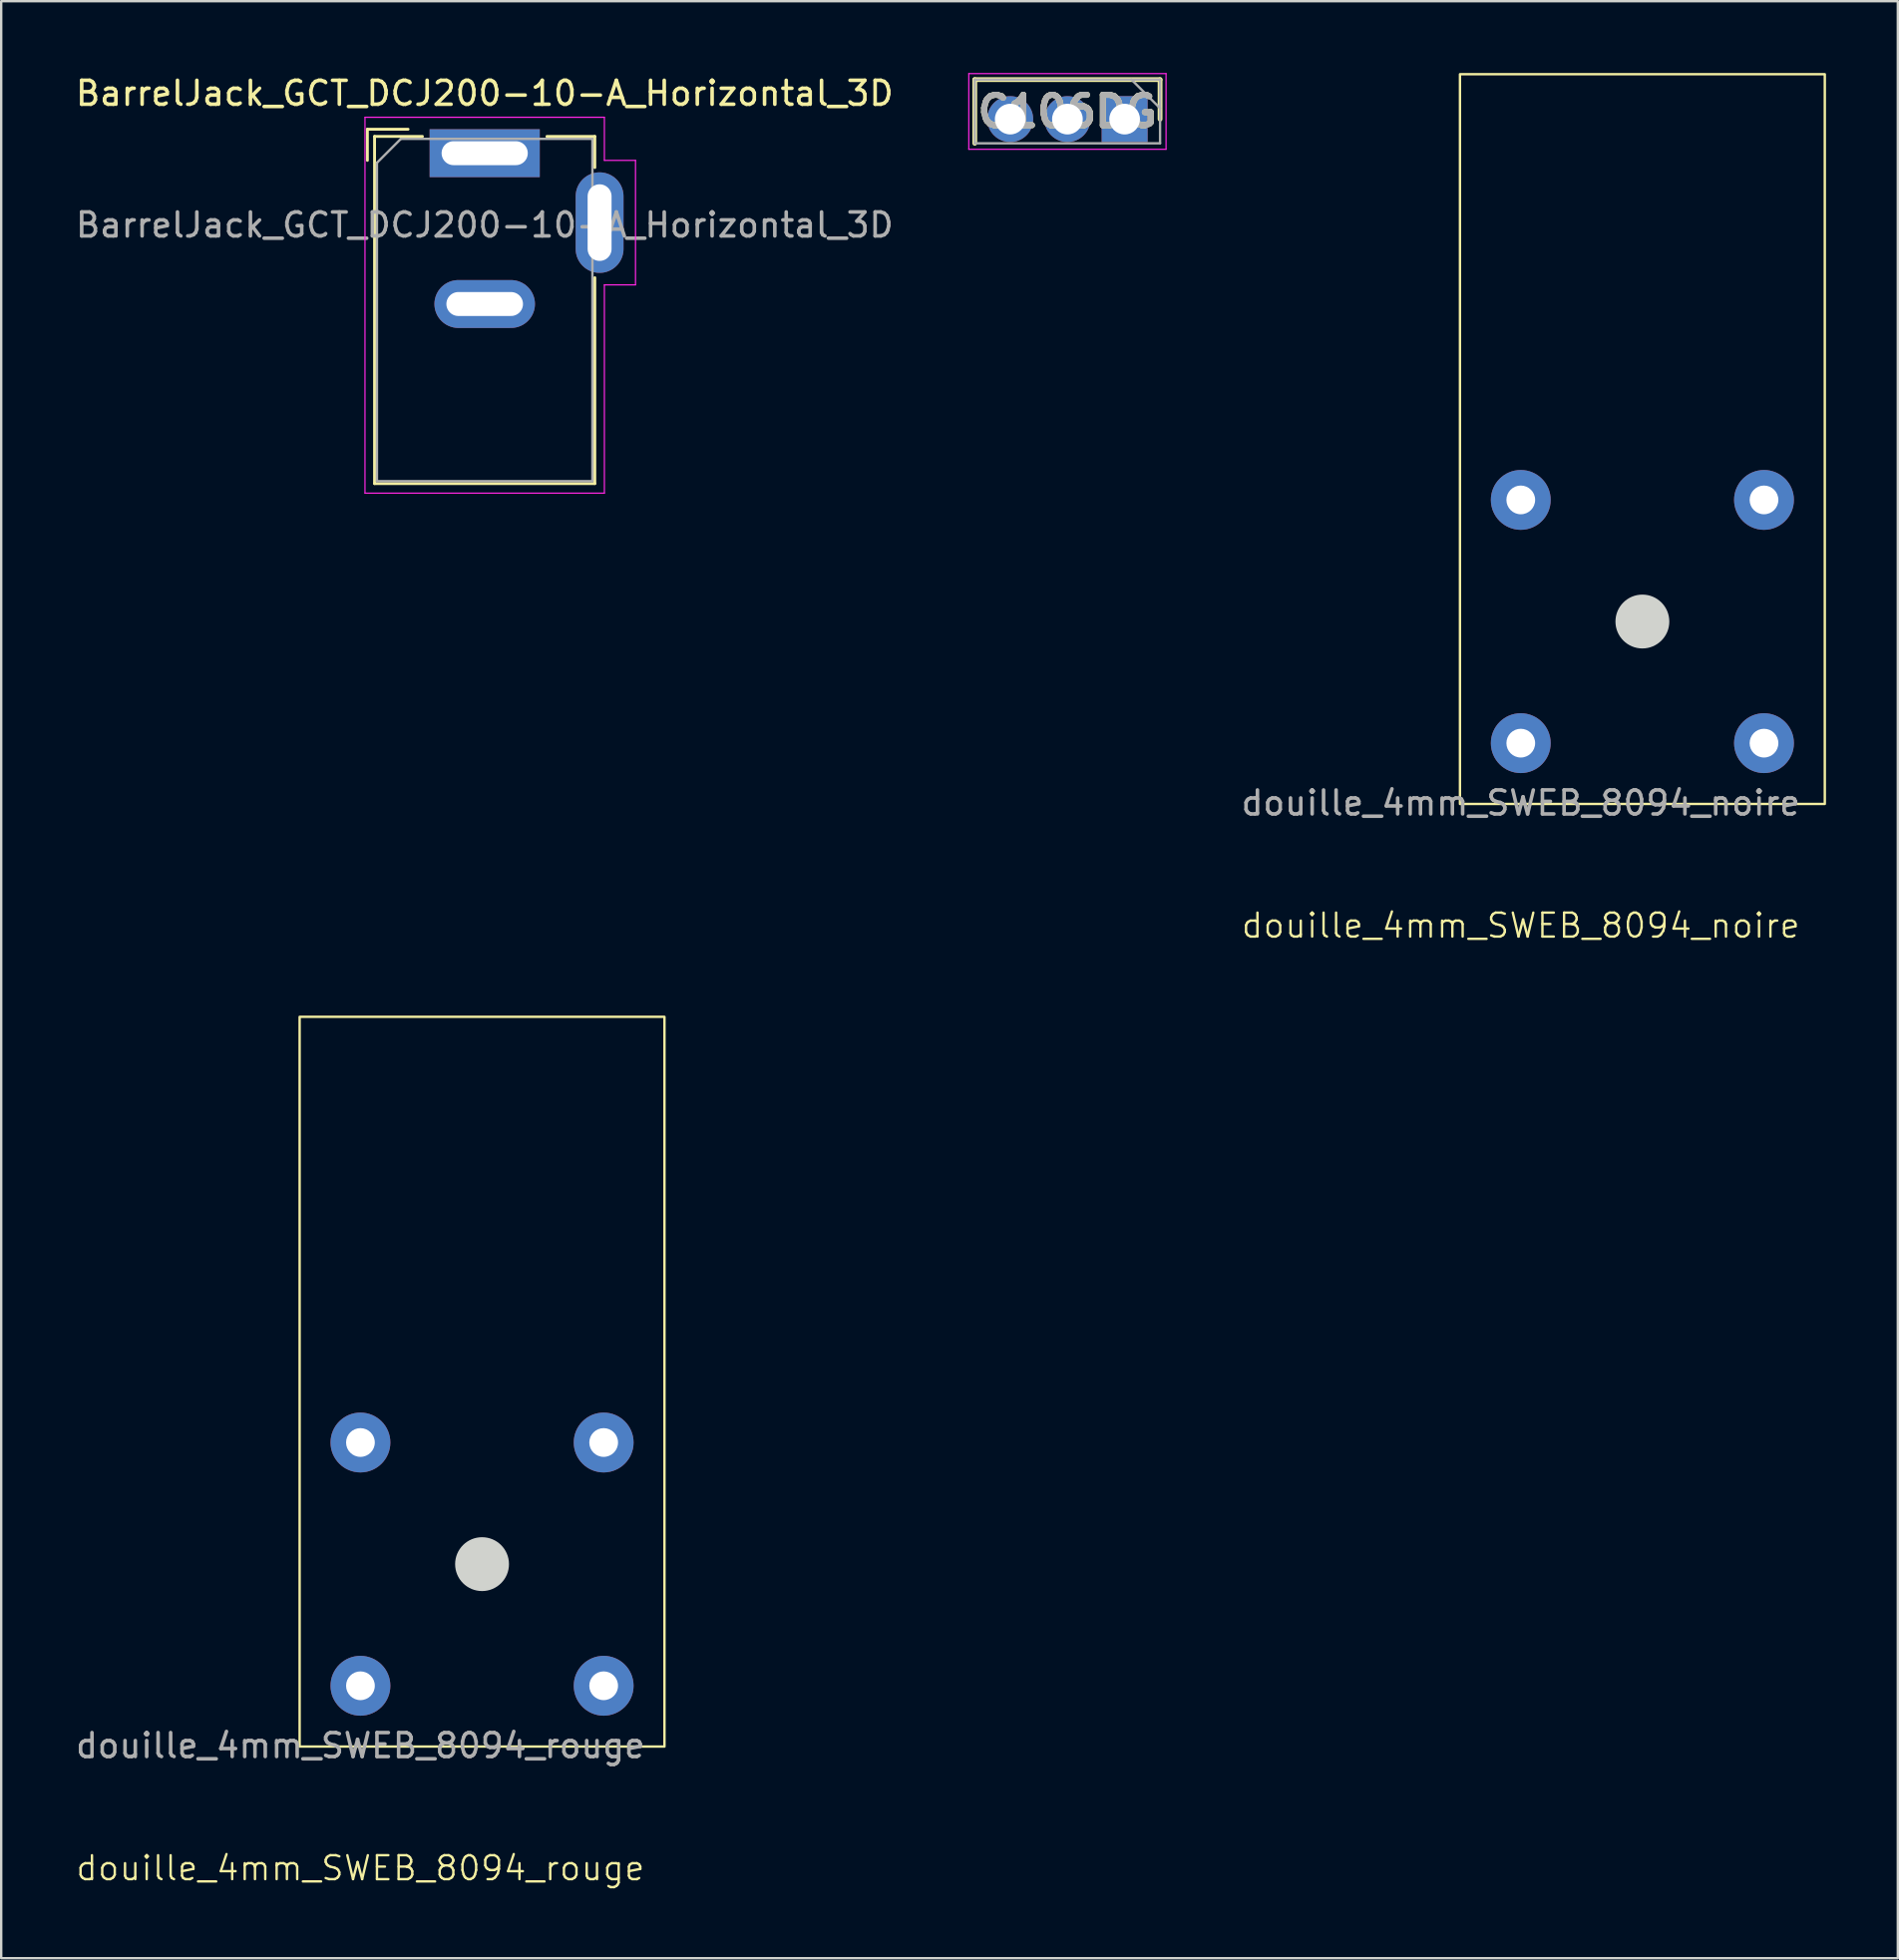
<source format=kicad_pcb>
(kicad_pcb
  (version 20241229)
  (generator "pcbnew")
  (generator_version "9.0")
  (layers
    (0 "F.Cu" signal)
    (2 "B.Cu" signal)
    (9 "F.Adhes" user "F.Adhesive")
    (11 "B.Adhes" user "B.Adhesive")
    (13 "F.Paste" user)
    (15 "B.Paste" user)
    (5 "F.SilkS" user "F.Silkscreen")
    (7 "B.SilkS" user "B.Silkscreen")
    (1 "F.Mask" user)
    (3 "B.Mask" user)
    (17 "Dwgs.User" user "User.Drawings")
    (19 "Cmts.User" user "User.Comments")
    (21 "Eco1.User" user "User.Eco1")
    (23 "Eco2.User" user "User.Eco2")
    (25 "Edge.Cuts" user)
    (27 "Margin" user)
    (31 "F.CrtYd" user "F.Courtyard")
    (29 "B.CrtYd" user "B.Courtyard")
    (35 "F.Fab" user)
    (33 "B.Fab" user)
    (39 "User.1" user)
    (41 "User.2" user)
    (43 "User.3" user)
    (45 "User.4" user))
  (footprint "douille_4mm_SWEB_8094_rouge"
    (layer "F.Cu")
    (at 12.006 67.361)
    (property "Reference" "douille_4mm_SWEB_8094_rouge" (at 0 7.62 0) (unlocked yes) (layer "F.SilkS") (effects (font (size 1 1) (thickness 0.1))))
    (attr through_hole)
    (fp_rect (start 12.7 2.54) (end -2.54 -27.94) (stroke (width 0.1) (type default)) (fill no) (layer "F.SilkS"))
    (fp_circle (center 5.08 -5.08) (end 6.18 -5.08) (stroke (width 0.05) (type solid)) (fill yes) (layer "Edge.Cuts"))
    (fp_text user "${REFERENCE}" (at 0 2.5 0) (unlocked yes) (layer "F.Fab") (effects (font (size 1 1) (thickness 0.15))))
    (pad "1" thru_hole circle (at 0 -10.16) (size 2.5 2.5) (drill 1.2) (layers "*.Cu" "*.Mask"))
    (pad "2" thru_hole circle (at 10.16 -10.16) (size 2.5 2.5) (drill 1.2) (layers "*.Cu" "*.Mask"))
    (pad "3" thru_hole circle (at 10.16 0) (size 2.5 2.5) (drill 1.2) (layers "*.Cu" "*.Mask"))
    (pad "4" thru_hole circle (at 0 0) (size 2.5 2.5) (drill 1.2) (layers "*.Cu" "*.Mask")))
  (footprint "BarrelJack_GCT_DCJ200-10-A_Horizontal_3D"
    (layer "F.Cu")
    (at 17.196 3.348)
    (property "Reference" "BarrelJack_GCT_DCJ200-10-A_Horizontal_3D" (at 0 -2.5 0) (layer "F.SilkS") (effects (font (size 1 1) (thickness 0.15))))
    (attr through_hole)
    (fp_line (start -4.9 -1) (end -4.9 0.3) (stroke (width 0.12) (type solid)) (layer "F.SilkS"))
    (fp_line (start -4.6 -0.7) (end -2.6 -0.7) (stroke (width 0.12) (type solid)) (layer "F.SilkS"))
    (fp_line (start -4.6 13.8) (end -4.6 -0.7) (stroke (width 0.12) (type solid)) (layer "F.SilkS"))
    (fp_line (start -3.2 -1) (end -4.9 -1) (stroke (width 0.12) (type solid)) (layer "F.SilkS"))
    (fp_line (start 2.6 -0.7) (end 4.6 -0.7) (stroke (width 0.12) (type solid)) (layer "F.SilkS"))
    (fp_line (start 4.6 -0.7) (end 4.6 0.6) (stroke (width 0.12) (type solid)) (layer "F.SilkS"))
    (fp_line (start 4.6 5.2) (end 4.6 13.8) (stroke (width 0.12) (type solid)) (layer "F.SilkS"))
    (fp_line (start 4.6 13.8) (end -4.6 13.8) (stroke (width 0.12) (type solid)) (layer "F.SilkS"))
    (fp_line (start -5 -1.5) (end -5 14.2) (stroke (width 0.05) (type solid)) (layer "F.CrtYd"))
    (fp_line (start -5 14.2) (end 5 14.2) (stroke (width 0.05) (type solid)) (layer "F.CrtYd"))
    (fp_line (start 5 -1.5) (end -5 -1.5) (stroke (width 0.05) (type solid)) (layer "F.CrtYd"))
    (fp_line (start 5 0.3) (end 5 -1.5) (stroke (width 0.05) (type solid)) (layer "F.CrtYd"))
    (fp_line (start 5 14.2) (end 5 5.5) (stroke (width 0.05) (type solid)) (layer "F.CrtYd"))
    (fp_line (start 6.3 0.3) (end 5 0.3) (stroke (width 0.05) (type solid)) (layer "F.CrtYd"))
    (fp_line (start 6.3 0.3) (end 6.3 5.5) (stroke (width 0.05) (type solid)) (layer "F.CrtYd"))
    (fp_line (start 6.3 5.5) (end 5 5.5) (stroke (width 0.05) (type solid)) (layer "F.CrtYd"))
    (fp_line (start -4.5 0.4) (end -3.5 -0.6) (stroke (width 0.1) (type solid)) (layer "F.Fab"))
    (fp_line (start -4.5 13.7) (end -4.5 0.4) (stroke (width 0.1) (type solid)) (layer "F.Fab"))
    (fp_line (start 4.5 -0.6) (end -3.5 -0.6) (stroke (width 0.1) (type solid)) (layer "F.Fab"))
    (fp_line (start 4.5 -0.6) (end 4.5 13.7) (stroke (width 0.1) (type solid)) (layer "F.Fab"))
    (fp_line (start 4.5 13.7) (end -4.5 13.7) (stroke (width 0.1) (type solid)) (layer "F.Fab"))
    (fp_text user "${REFERENCE}" (at 0 3 0) (layer "F.Fab") (effects (font (size 1 1) (thickness 0.15))))
    (pad "1" thru_hole rect (at 0 0) (size 4.6 2) (drill oval 3.6 1) (layers "*.Cu" "*.Mask"))
    (pad "2" thru_hole oval (at 0 6.3) (size 4.2 2) (drill oval 3.2 1) (layers "*.Cu" "*.Mask"))
    (pad "3" thru_hole oval (at 4.8 2.9) (size 2 4.2) (drill oval 1 3.2) (layers "*.Cu" "*.Mask")))
  (footprint "C106DG"
    (layer "F.Cu")
    (at 43.928 1.925)
    (property "Reference" "C106DG" (at -2.39 -0.32 0) (layer "F.SilkS") (effects (font (size 1.27 1.27) (thickness 0.254))))
    (attr through_hole)
    (fp_line (start -6.26 -1.65) (end 1.48 -1.65) (stroke (width 0.2) (type solid)) (layer "F.SilkS"))
    (fp_line (start -6.26 1.01) (end -6.26 -1.65) (stroke (width 0.2) (type solid)) (layer "F.SilkS"))
    (fp_line (start 1.48 -1.65) (end 1.48 0) (stroke (width 0.2) (type solid)) (layer "F.SilkS"))
    (fp_line (start -6.51 -1.9) (end -6.51 1.26) (stroke (width 0.05) (type solid)) (layer "F.CrtYd"))
    (fp_line (start -6.51 1.26) (end 1.73 1.26) (stroke (width 0.05) (type solid)) (layer "F.CrtYd"))
    (fp_line (start 1.73 -1.9) (end -6.51 -1.9) (stroke (width 0.05) (type solid)) (layer "F.CrtYd"))
    (fp_line (start 1.73 1.26) (end 1.73 -1.9) (stroke (width 0.05) (type solid)) (layer "F.CrtYd"))
    (fp_line (start -6.26 -1.65) (end -6.26 1.01) (stroke (width 0.1) (type solid)) (layer "F.Fab"))
    (fp_line (start -6.26 1.01) (end 1.48 1.01) (stroke (width 0.1) (type solid)) (layer "F.Fab"))
    (fp_line (start 1.48 -1.65) (end -6.26 -1.65) (stroke (width 0.1) (type solid)) (layer "F.Fab"))
    (fp_line (start 1.48 -0.455) (end 0.285 -1.65) (stroke (width 0.1) (type solid)) (layer "F.Fab"))
    (fp_line (start 1.48 1.01) (end 1.48 -1.65) (stroke (width 0.1) (type solid)) (layer "F.Fab"))
    (fp_text user "${REFERENCE}" (at -2.39 -0.32 0) (layer "F.Fab") (effects (font (size 1.27 1.27) (thickness 0.254))))
    (pad "1" thru_hole rect (at 0 0) (size 1.92 1.92) (drill 1.28) (layers "*.Cu" "*.Mask"))
    (pad "2" thru_hole circle (at -2.39 0) (size 1.92 1.92) (drill 1.28) (layers "*.Cu" "*.Mask"))
    (pad "3" thru_hole circle (at -4.78 0) (size 1.92 1.92) (drill 1.28) (layers "*.Cu" "*.Mask")))
  (footprint "douille_4mm_SWEB_8094_noire"
    (layer "F.Cu")
    (at 60.475 27.99)
    (property "Reference" "douille_4mm_SWEB_8094_noire" (at 0 7.62 0) (unlocked yes) (layer "F.SilkS") (effects (font (size 1 1) (thickness 0.1))))
    (attr through_hole)
    (fp_rect (start 12.7 2.54) (end -2.54 -27.94) (stroke (width 0.1) (type default)) (fill no) (layer "F.SilkS"))
    (fp_circle (center 5.08 -5.08) (end 6.18 -5.08) (stroke (width 0.05) (type solid)) (fill yes) (layer "Edge.Cuts"))
    (fp_text user "${REFERENCE}" (at 0 2.5 0) (unlocked yes) (layer "F.Fab") (effects (font (size 1 1) (thickness 0.15))))
    (pad "1" thru_hole circle (at 0 -10.16) (size 2.5 2.5) (drill 1.2) (layers "*.Cu" "*.Mask"))
    (pad "2" thru_hole circle (at 10.16 -10.16) (size 2.5 2.5) (drill 1.2) (layers "*.Cu" "*.Mask"))
    (pad "3" thru_hole circle (at 10.16 0) (size 2.5 2.5) (drill 1.2) (layers "*.Cu" "*.Mask"))
    (pad "4" thru_hole circle (at 0 0) (size 2.5 2.5) (drill 1.2) (layers "*.Cu" "*.Mask")))
  (gr_rect
    (start -3 -3)
    (end 76.225 78.741)
    (stroke (width 0.1) (type default))
    (fill no)
    (layer "Edge.Cuts")))
</source>
